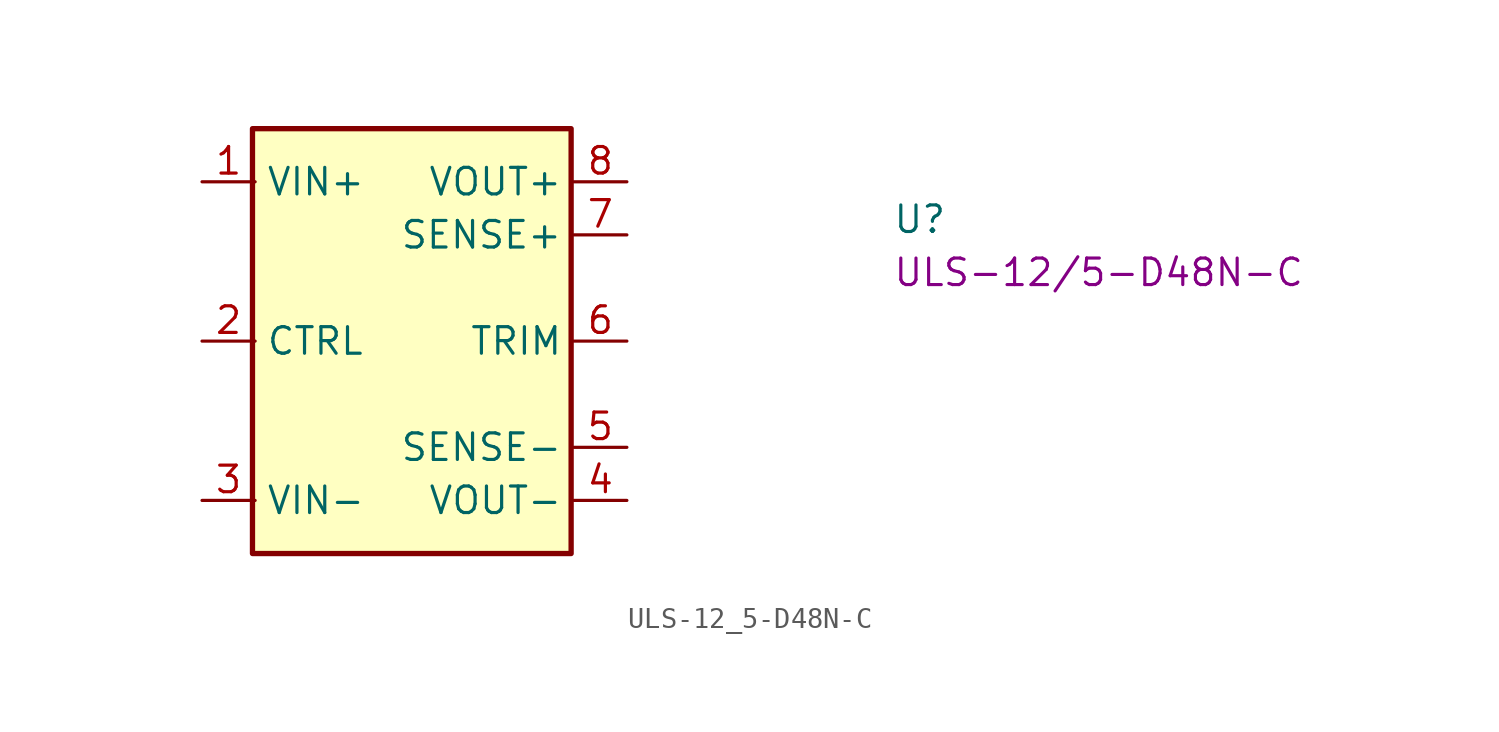
<source format=kicad_sym>
(kicad_symbol_lib
  (version 20220914)
  (generator kicad_symbol_editor)
  (symbol "ULS-12_5-D48N-C"
    (property "Reference" "U"
      (at 33.02 -2.54 0)
      (effects (font (size 1.27 1.27) (thickness 0.15)) (justify left bottom)))
    (property "MPN" "ULS-12/5-D48N-C"
      (at 33.02 -5.08 0)
      (effects (font (size 1.27 1.27) (thickness 0.15)) (justify left bottom)))
    (symbol "ULS-12_5-D48N-C_1_1"
      (rectangle (start 2.413 2.54) (end 17.653 -17.78) (stroke (width 0.254) (type default)) (fill (type background)))
      (pin power_in line (at 0 0 0) (length 2.54) (name "VIN+" (effects (font (size 1.27 1.27)))) (number "1" (effects (font (size 1.27 1.27)))))
      (pin input line (at 0 -7.62 0) (length 2.54) (name "CTRL" (effects (font (size 1.27 1.27)))) (number "2" (effects (font (size 1.27 1.27)))))
      (pin power_in line (at 0 -15.24 0) (length 2.54) (name "VIN-" (effects (font (size 1.27 1.27)))) (number "3" (effects (font (size 1.27 1.27)))))
      (pin power_out line (at 20.32 -15.24 180) (length 2.54) (name "VOUT-" (effects (font (size 1.27 1.27)))) (number "4" (effects (font (size 1.27 1.27)))))
      (pin passive line (at 20.32 -12.7 180) (length 2.54) (name "SENSE-" (effects (font (size 1.27 1.27)))) (number "5" (effects (font (size 1.27 1.27)))))
      (pin input line (at 20.32 -7.62 180) (length 2.54) (name "TRIM" (effects (font (size 1.27 1.27)))) (number "6" (effects (font (size 1.27 1.27)))))
      (pin passive line (at 20.32 -2.54 180) (length 2.54) (name "SENSE+" (effects (font (size 1.27 1.27)))) (number "7" (effects (font (size 1.27 1.27)))))
      (pin power_out line (at 20.32 0 180) (length 2.54) (name "VOUT+" (effects (font (size 1.27 1.27)))) (number "8" (effects (font (size 1.27 1.27))))))))
</source>
